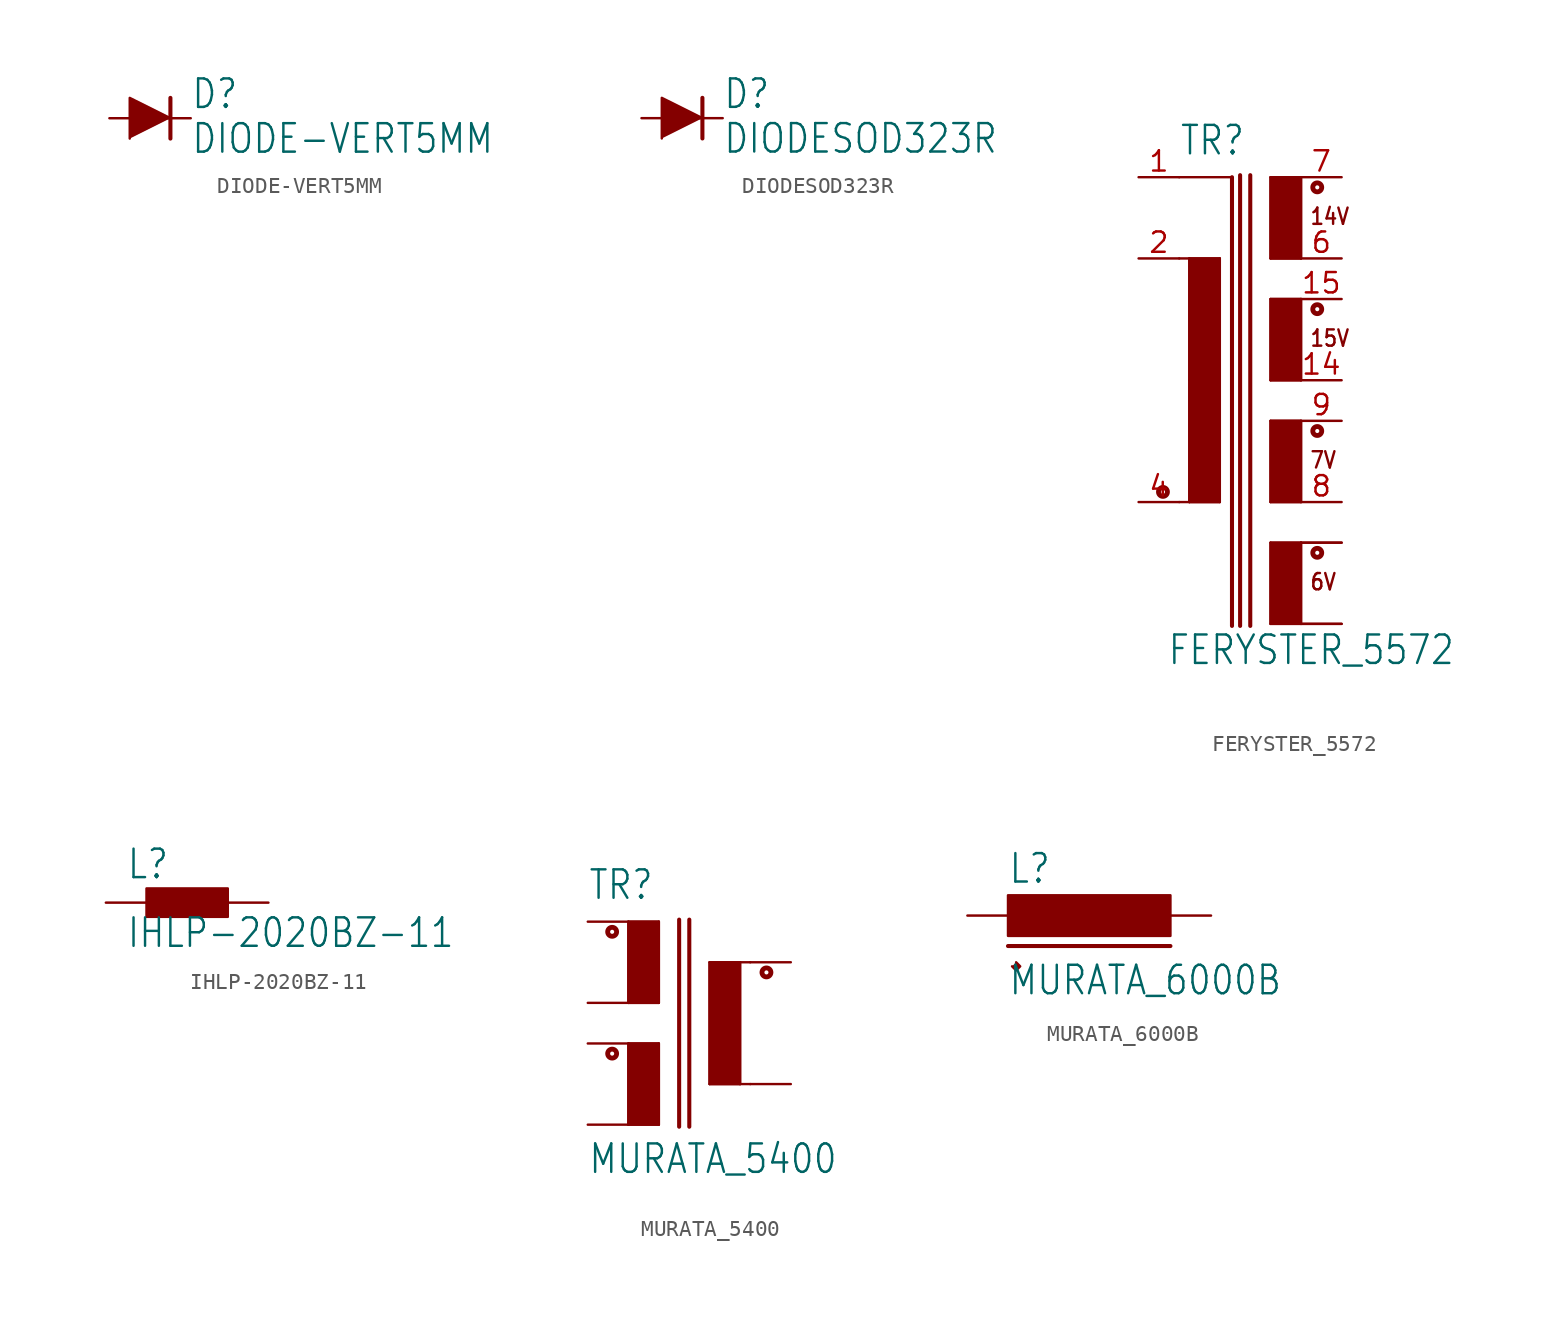
<source format=kicad_sym>
(kicad_symbol_lib
  (version 20211014)
  (generator kicad_symbol_editor)
  (symbol "DIODE-VERT5MM"
    (property "Reference" "D"
      (at 2.54 0.483 0)
      (effects (font (size 1.778 1.511)) (justify left bottom)))
    (property "Value" "DIODE-VERT5MM"
      (at 2.54 -2.311 0)
      (effects (font (size 1.778 1.511)) (justify left bottom)))
    (property "ki_locked" ""
      (at 0 0 0)
      (effects (font (size 1.27 1.27))))
    (symbol "DIODE-VERT5MM_1_0"
      (polyline (pts (xy 1.27 0) (xy 1.27 -1.27)) (stroke (width 0.254) (type default) (color 0 0 0 0)) (fill (type none)))
      (polyline (pts (xy 1.27 1.27) (xy 1.27 0)) (stroke (width 0.254) (type default) (color 0 0 0 0)) (fill (type none)))
      (polyline (pts (xy 1.27 0) (xy -1.27 1.27) (xy -1.27 -1.27)) (stroke (width 0) (type default) (color 0 0 0 0)) (fill (type outline)))
      (pin passive line (at -2.54 0 0) (length 2.54) (name "A" (effects (font (size 0 0)))) (number "A" (effects (font (size 0 0)))))
      (pin passive line (at 2.54 0 180) (length 2.54) (name "C" (effects (font (size 0 0)))) (number "C" (effects (font (size 0 0)))))))
  (symbol "DIODESOD323R"
    (property "Reference" "D"
      (at 2.54 0.483 0)
      (effects (font (size 1.778 1.511)) (justify left bottom)))
    (property "Value" "DIODESOD323R"
      (at 2.54 -2.311 0)
      (effects (font (size 1.778 1.511)) (justify left bottom)))
    (property "ki_locked" ""
      (at 0 0 0)
      (effects (font (size 1.27 1.27))))
    (symbol "DIODESOD323R_1_0"
      (polyline (pts (xy 1.27 0) (xy 1.27 -1.27)) (stroke (width 0.254) (type default) (color 0 0 0 0)) (fill (type none)))
      (polyline (pts (xy 1.27 1.27) (xy 1.27 0)) (stroke (width 0.254) (type default) (color 0 0 0 0)) (fill (type none)))
      (polyline (pts (xy 1.27 0) (xy -1.27 1.27) (xy -1.27 -1.27)) (stroke (width 0) (type default) (color 0 0 0 0)) (fill (type outline)))
      (pin passive line (at -2.54 0 0) (length 2.54) (name "A" (effects (font (size 0 0)))) (number "A" (effects (font (size 0 0)))))
      (pin passive line (at 2.54 0 180) (length 2.54) (name "C" (effects (font (size 0 0)))) (number "C" (effects (font (size 0 0)))))))
  (symbol "FERYSTER_5572"
    (property "Reference" "TR"
      (at -2.54 13.97 0)
      (effects (font (size 1.778 1.511)) (justify left bottom)))
    (property "Value" "FERYSTER_5572"
      (at -3.302 -17.907 0)
      (effects (font (size 1.778 1.511)) (justify left bottom)))
    (property "ki_locked" ""
      (at 0 0 0)
      (effects (font (size 1.27 1.27))))
    (symbol "FERYSTER_5572_1_0"
      (circle (center -3.556 -6.985) (radius 0.127) (stroke (width 0.305) (type default) (color 0 0 0 0)) (fill (type none)))
      (rectangle (start -1.905 -7.62) (end 0 7.62) (stroke (width 0) (type default) (color 0 0 0 0)) (fill (type outline)))
      (polyline (pts (xy -2.54 7.62) (xy -1.905 7.62)) (stroke (width 0.152) (type default) (color 0 0 0 0)) (fill (type none)))
      (polyline (pts (xy -2.54 12.7) (xy 0.762 12.7)) (stroke (width 0.152) (type default) (color 0 0 0 0)) (fill (type none)))
      (polyline (pts (xy -1.905 -7.62) (xy -2.54 -7.62)) (stroke (width 0.152) (type default) (color 0 0 0 0)) (fill (type none)))
      (polyline (pts (xy -1.905 0) (xy -1.905 -7.62)) (stroke (width 0.152) (type default) (color 0 0 0 0)) (fill (type none)))
      (polyline (pts (xy -1.905 7.62) (xy -1.905 0)) (stroke (width 0.152) (type default) (color 0 0 0 0)) (fill (type none)))
      (polyline (pts (xy -1.905 7.62) (xy 0 7.62)) (stroke (width 0.152) (type default) (color 0 0 0 0)) (fill (type none)))
      (polyline (pts (xy 0 -7.62) (xy -1.905 -7.62)) (stroke (width 0.152) (type default) (color 0 0 0 0)) (fill (type none)))
      (polyline (pts (xy 0 7.62) (xy 0 -7.62)) (stroke (width 0.152) (type default) (color 0 0 0 0)) (fill (type none)))
      (polyline (pts (xy 0.762 12.7) (xy 0.762 -15.367)) (stroke (width 0.254) (type default) (color 0 0 0 0)) (fill (type none)))
      (polyline (pts (xy 1.27 12.827) (xy 1.27 -15.367)) (stroke (width 0.254) (type default) (color 0 0 0 0)) (fill (type none)))
      (polyline (pts (xy 1.905 12.827) (xy 1.905 -15.367)) (stroke (width 0.254) (type default) (color 0 0 0 0)) (fill (type none)))
      (polyline (pts (xy 3.175 -15.24) (xy 5.08 -15.24)) (stroke (width 0.152) (type default) (color 0 0 0 0)) (fill (type none)))
      (polyline (pts (xy 3.175 -10.16) (xy 3.175 -15.24)) (stroke (width 0.152) (type default) (color 0 0 0 0)) (fill (type none)))
      (polyline (pts (xy 3.175 -7.62) (xy 5.08 -7.62)) (stroke (width 0.152) (type default) (color 0 0 0 0)) (fill (type none)))
      (polyline (pts (xy 3.175 -2.54) (xy 3.175 -7.62)) (stroke (width 0.152) (type default) (color 0 0 0 0)) (fill (type none)))
      (polyline (pts (xy 3.175 0) (xy 5.08 0)) (stroke (width 0.152) (type default) (color 0 0 0 0)) (fill (type none)))
      (polyline (pts (xy 3.175 5.08) (xy 3.175 0)) (stroke (width 0.152) (type default) (color 0 0 0 0)) (fill (type none)))
      (polyline (pts (xy 3.175 7.62) (xy 5.08 7.62)) (stroke (width 0.152) (type default) (color 0 0 0 0)) (fill (type none)))
      (polyline (pts (xy 3.175 12.7) (xy 3.175 7.62)) (stroke (width 0.152) (type default) (color 0 0 0 0)) (fill (type none)))
      (polyline (pts (xy 5.08 -10.16) (xy 3.175 -10.16)) (stroke (width 0.152) (type default) (color 0 0 0 0)) (fill (type none)))
      (polyline (pts (xy 5.08 -10.16) (xy 5.08 -15.24)) (stroke (width 0.152) (type default) (color 0 0 0 0)) (fill (type none)))
      (polyline (pts (xy 5.08 -2.54) (xy 3.175 -2.54)) (stroke (width 0.152) (type default) (color 0 0 0 0)) (fill (type none)))
      (polyline (pts (xy 5.08 -2.54) (xy 5.08 -7.62)) (stroke (width 0.152) (type default) (color 0 0 0 0)) (fill (type none)))
      (polyline (pts (xy 5.08 5.08) (xy 3.175 5.08)) (stroke (width 0.152) (type default) (color 0 0 0 0)) (fill (type none)))
      (polyline (pts (xy 5.08 5.08) (xy 5.08 0)) (stroke (width 0.152) (type default) (color 0 0 0 0)) (fill (type none)))
      (polyline (pts (xy 5.08 12.7) (xy 3.175 12.7)) (stroke (width 0.152) (type default) (color 0 0 0 0)) (fill (type none)))
      (polyline (pts (xy 5.08 12.7) (xy 5.08 7.62)) (stroke (width 0.152) (type default) (color 0 0 0 0)) (fill (type none)))
      (rectangle (start 3.175 -15.24) (end 5.08 -10.16) (stroke (width 0) (type default) (color 0 0 0 0)) (fill (type outline)))
      (rectangle (start 3.175 -7.62) (end 5.08 -2.54) (stroke (width 0) (type default) (color 0 0 0 0)) (fill (type outline)))
      (rectangle (start 3.175 0) (end 5.08 5.08) (stroke (width 0) (type default) (color 0 0 0 0)) (fill (type outline)))
      (rectangle (start 3.175 7.62) (end 5.08 12.7) (stroke (width 0) (type default) (color 0 0 0 0)) (fill (type outline)))
      (circle (center 6.096 -10.795) (radius 0.127) (stroke (width 0.305) (type default) (color 0 0 0 0)) (fill (type none)))
      (circle (center 6.096 -3.175) (radius 0.127) (stroke (width 0.305) (type default) (color 0 0 0 0)) (fill (type none)))
      (circle (center 6.096 4.445) (radius 0.127) (stroke (width 0.305) (type default) (color 0 0 0 0)) (fill (type none)))
      (circle (center 6.096 12.065) (radius 0.127) (stroke (width 0.305) (type default) (color 0 0 0 0)) (fill (type none)))
      (text "14V" (at 5.588 9.652 0) (effects (font (size 1.016 0.864)) (justify left bottom)))
      (text "15V" (at 5.588 2.032 0) (effects (font (size 1.016 0.864)) (justify left bottom)))
      (text "6V" (at 5.588 -13.208 0) (effects (font (size 1.016 0.864)) (justify left bottom)))
      (text "7V" (at 5.588 -5.588 0) (effects (font (size 1.016 0.864)) (justify left bottom)))
      (pin passive line (at -5.08 12.7 0) (length 2.54) (name "SHIELD" (effects (font (size 0 0)))) (number "1" (effects (font (size 1.27 1.27)))))
      (pin passive line (at 7.62 -15.24 180) (length 2.54) (name "S1" (effects (font (size 0 0)))) (number "10" (effects (font (size 0 0)))))
      (pin passive line (at 7.62 -15.24 180) (length 2.54) (name "S1" (effects (font (size 0 0)))) (number "11" (effects (font (size 0 0)))))
      (pin passive line (at 7.62 -10.16 180) (length 2.54) (name "S1_DOT" (effects (font (size 0 0)))) (number "12" (effects (font (size 0 0)))))
      (pin passive line (at 7.62 -10.16 180) (length 2.54) (name "S1_DOT" (effects (font (size 0 0)))) (number "13" (effects (font (size 0 0)))))
      (pin passive line (at 7.62 0 180) (length 2.54) (name "S3" (effects (font (size 0 0)))) (number "14" (effects (font (size 1.27 1.27)))))
      (pin passive line (at 7.62 5.08 180) (length 2.54) (name "S3_DOT" (effects (font (size 0 0)))) (number "15" (effects (font (size 1.27 1.27)))))
      (pin passive line (at -5.08 7.62 0) (length 2.54) (name "P" (effects (font (size 0 0)))) (number "2" (effects (font (size 1.27 1.27)))))
      (pin passive line (at -5.08 -7.62 0) (length 2.54) (name "P2_DOT" (effects (font (size 0 0)))) (number "4" (effects (font (size 1.27 1.27)))))
      (pin passive line (at 7.62 7.62 180) (length 2.54) (name "S_BIAS" (effects (font (size 0 0)))) (number "6" (effects (font (size 1.27 1.27)))))
      (pin passive line (at 7.62 12.7 180) (length 2.54) (name "S_BIAS_DOT" (effects (font (size 0 0)))) (number "7" (effects (font (size 1.27 1.27)))))
      (pin passive line (at 7.62 -7.62 180) (length 2.54) (name "S2" (effects (font (size 0 0)))) (number "8" (effects (font (size 1.27 1.27)))))
      (pin passive line (at 7.62 -2.54 180) (length 2.54) (name "S2_DOT" (effects (font (size 0 0)))) (number "9" (effects (font (size 1.27 1.27)))))))
  (symbol "IHLP-2020BZ-11"
    (property "Reference" "L"
      (at -3.81 1.372 0)
      (effects (font (size 1.778 1.511)) (justify left bottom)))
    (property "Value" "IHLP-2020BZ-11"
      (at -3.81 -2.921 0)
      (effects (font (size 1.778 1.511)) (justify left bottom)))
    (property "ki_locked" ""
      (at 0 0 0)
      (effects (font (size 1.27 1.27))))
    (symbol "IHLP-2020BZ-11_1_0"
      (rectangle (start -2.54 -0.889) (end 2.54 0.889) (stroke (width 0) (type default) (color 0 0 0 0)) (fill (type outline)))
      (pin passive line (at -5.08 0 0) (length 2.54) (name "1" (effects (font (size 0 0)))) (number "1" (effects (font (size 0 0)))))
      (pin passive line (at 5.08 0 180) (length 2.54) (name "2" (effects (font (size 0 0)))) (number "2" (effects (font (size 0 0)))))))
  (symbol "MURATA_5400"
    (property "Reference" "TR"
      (at -5.08 6.35 0)
      (effects (font (size 1.778 1.511)) (justify left bottom)))
    (property "Value" "MURATA_5400"
      (at -5.08 -10.795 0)
      (effects (font (size 1.778 1.511)) (justify left bottom)))
    (property "ki_locked" ""
      (at 0 0 0)
      (effects (font (size 1.27 1.27))))
    (symbol "MURATA_5400_1_0"
      (circle (center -3.556 -3.175) (radius 0.127) (stroke (width 0.305) (type default) (color 0 0 0 0)) (fill (type none)))
      (circle (center -3.556 4.445) (radius 0.127) (stroke (width 0.305) (type default) (color 0 0 0 0)) (fill (type none)))
      (rectangle (start -0.635 -2.54) (end -2.54 -7.62) (stroke (width 0) (type default) (color 0 0 0 0)) (fill (type outline)))
      (rectangle (start -0.635 5.08) (end -2.54 0) (stroke (width 0) (type default) (color 0 0 0 0)) (fill (type outline)))
      (polyline (pts (xy -2.54 -7.62) (xy -2.54 -2.54)) (stroke (width 0.152) (type default) (color 0 0 0 0)) (fill (type none)))
      (polyline (pts (xy -2.54 -7.62) (xy -0.635 -7.62)) (stroke (width 0.152) (type default) (color 0 0 0 0)) (fill (type none)))
      (polyline (pts (xy -2.54 0) (xy -2.54 5.08)) (stroke (width 0.152) (type default) (color 0 0 0 0)) (fill (type none)))
      (polyline (pts (xy -2.54 0) (xy -0.635 0)) (stroke (width 0.152) (type default) (color 0 0 0 0)) (fill (type none)))
      (polyline (pts (xy -0.635 -7.62) (xy -0.635 -2.54)) (stroke (width 0.152) (type default) (color 0 0 0 0)) (fill (type none)))
      (polyline (pts (xy -0.635 -2.54) (xy -2.54 -2.54)) (stroke (width 0.152) (type default) (color 0 0 0 0)) (fill (type none)))
      (polyline (pts (xy -0.635 0) (xy -0.635 5.08)) (stroke (width 0.152) (type default) (color 0 0 0 0)) (fill (type none)))
      (polyline (pts (xy -0.635 5.08) (xy -2.54 5.08)) (stroke (width 0.152) (type default) (color 0 0 0 0)) (fill (type none)))
      (polyline (pts (xy 0.635 -7.747) (xy 0.635 5.207)) (stroke (width 0.254) (type default) (color 0 0 0 0)) (fill (type none)))
      (polyline (pts (xy 1.27 -7.747) (xy 1.27 5.207)) (stroke (width 0.254) (type default) (color 0 0 0 0)) (fill (type none)))
      (polyline (pts (xy 2.54 -5.08) (xy 2.54 2.54)) (stroke (width 0.152) (type default) (color 0 0 0 0)) (fill (type none)))
      (polyline (pts (xy 2.54 2.54) (xy 4.445 2.54)) (stroke (width 0.152) (type default) (color 0 0 0 0)) (fill (type none)))
      (polyline (pts (xy 4.445 -5.08) (xy 2.54 -5.08)) (stroke (width 0.152) (type default) (color 0 0 0 0)) (fill (type none)))
      (polyline (pts (xy 4.445 -5.08) (xy 4.445 2.54)) (stroke (width 0.152) (type default) (color 0 0 0 0)) (fill (type none)))
      (polyline (pts (xy 4.445 2.54) (xy 5.08 2.54)) (stroke (width 0.152) (type default) (color 0 0 0 0)) (fill (type none)))
      (polyline (pts (xy 5.08 -5.08) (xy 4.445 -5.08)) (stroke (width 0.152) (type default) (color 0 0 0 0)) (fill (type none)))
      (rectangle (start 4.445 2.54) (end 2.54 -5.08) (stroke (width 0) (type default) (color 0 0 0 0)) (fill (type outline)))
      (circle (center 6.096 1.905) (radius 0.127) (stroke (width 0.305) (type default) (color 0 0 0 0)) (fill (type none)))
      (pin passive line (at -5.08 5.08 0) (length 2.54) (name "P1_DOT" (effects (font (size 0 0)))) (number "1" (effects (font (size 0 0)))))
      (pin passive line (at -5.08 -2.54 0) (length 2.54) (name "P2_DOT" (effects (font (size 0 0)))) (number "2" (effects (font (size 0 0)))))
      (pin passive line (at 7.62 2.54 180) (length 2.54) (name "S_DOT" (effects (font (size 0 0)))) (number "3" (effects (font (size 0 0)))))
      (pin passive line (at 7.62 -5.08 180) (length 2.54) (name "S" (effects (font (size 0 0)))) (number "4" (effects (font (size 0 0)))))
      (pin passive line (at -5.08 -7.62 0) (length 2.54) (name "P2" (effects (font (size 0 0)))) (number "5" (effects (font (size 0 0)))))
      (pin passive line (at -5.08 0 0) (length 2.54) (name "P1" (effects (font (size 0 0)))) (number "6" (effects (font (size 0 0)))))))
  (symbol "MURATA_6000B"
    (property "Reference" "L"
      (at -5.08 1.905 0)
      (effects (font (size 1.778 1.511)) (justify left bottom)))
    (property "Value" "MURATA_6000B"
      (at -5.08 -5.08 0)
      (effects (font (size 1.778 1.511)) (justify left bottom)))
    (property "ki_locked" ""
      (at 0 0 0)
      (effects (font (size 1.27 1.27))))
    (symbol "MURATA_6000B_1_0"
      (rectangle (start -5.08 -1.27) (end 5.08 1.27) (stroke (width 0) (type default) (color 0 0 0 0)) (fill (type outline)))
      (polyline (pts (xy -5.08 -1.905) (xy 5.08 -1.905)) (stroke (width 0.254) (type default) (color 0 0 0 0)) (fill (type none)))
      (polyline (pts (xy -4.826 -3.175) (xy -4.572 -3.429) (xy -4.318 -3.175) (xy -4.572 -2.921)) (stroke (width 0) (type default) (color 0 0 0 0)) (fill (type outline)))
      (pin bidirectional line (at 7.62 0 180) (length 2.54) (name "P$1" (effects (font (size 0 0)))) (number "1" (effects (font (size 0 0)))))
      (pin bidirectional line (at -7.62 0 0) (length 2.54) (name "P$2" (effects (font (size 0 0)))) (number "2" (effects (font (size 0 0))))))))
</source>
